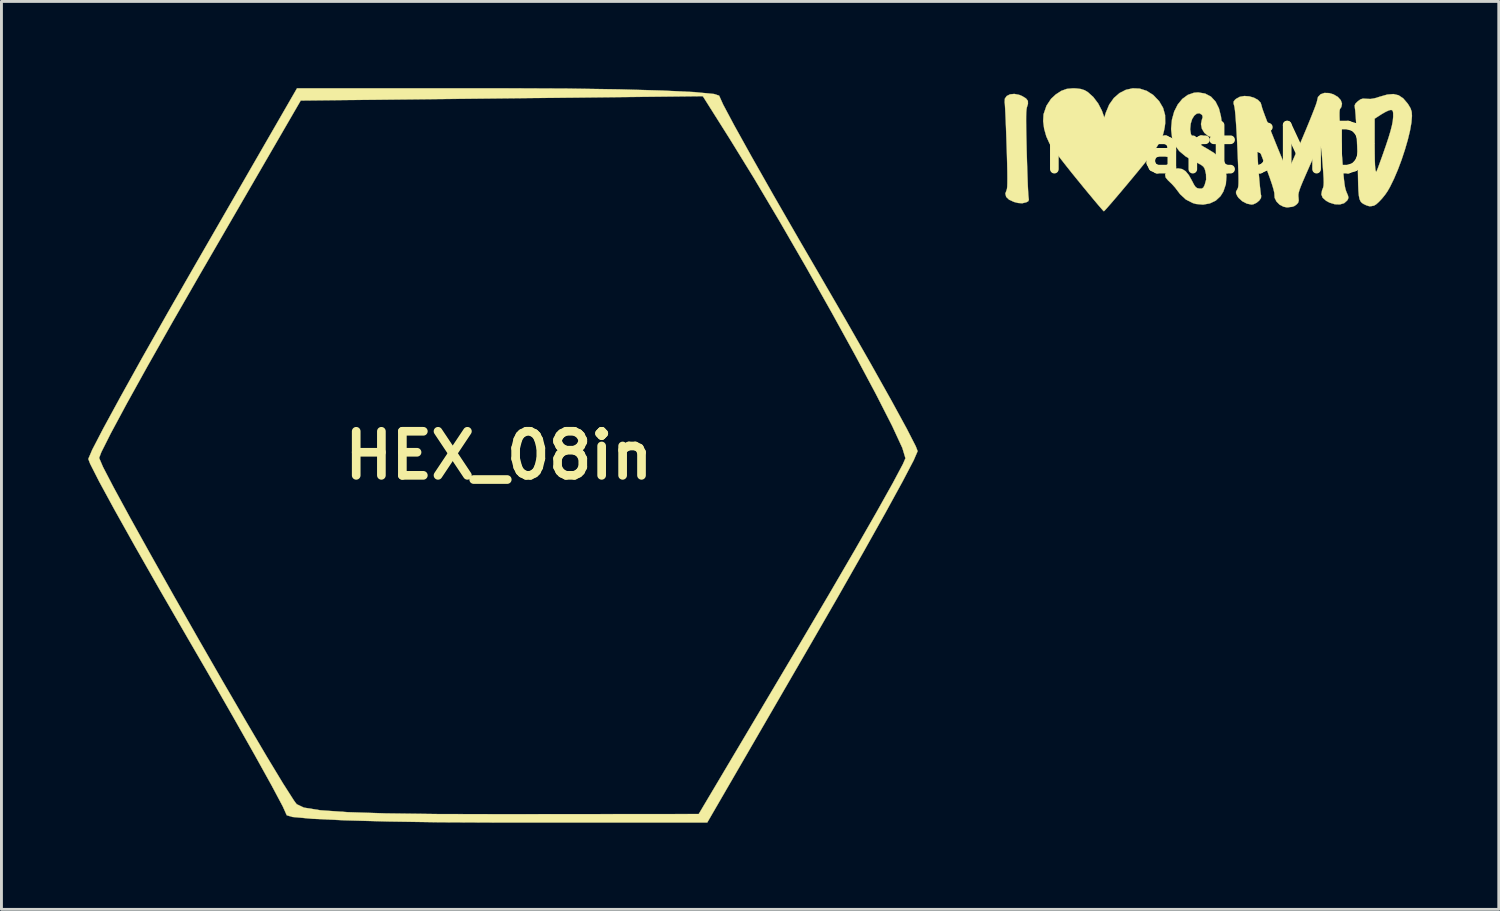
<source format=kicad_pcb>
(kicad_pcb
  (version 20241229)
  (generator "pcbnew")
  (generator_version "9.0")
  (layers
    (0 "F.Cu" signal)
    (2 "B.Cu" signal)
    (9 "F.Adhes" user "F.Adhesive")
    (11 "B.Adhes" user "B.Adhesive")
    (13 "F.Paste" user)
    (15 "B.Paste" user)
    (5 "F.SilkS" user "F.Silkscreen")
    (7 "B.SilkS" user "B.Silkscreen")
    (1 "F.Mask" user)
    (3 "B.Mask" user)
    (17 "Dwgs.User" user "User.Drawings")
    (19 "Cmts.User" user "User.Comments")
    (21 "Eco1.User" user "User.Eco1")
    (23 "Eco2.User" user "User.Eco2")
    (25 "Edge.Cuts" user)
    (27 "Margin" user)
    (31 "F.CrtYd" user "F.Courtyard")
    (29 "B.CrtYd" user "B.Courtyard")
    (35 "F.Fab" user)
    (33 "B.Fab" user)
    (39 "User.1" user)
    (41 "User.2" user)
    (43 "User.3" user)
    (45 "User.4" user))
  (footprint "HEX_08in"
    (layer "F.Cu")
    (at 14.208 12.705)
    (property "Reference" "HEX_08in" (at 0 0 0) (layer "F.SilkS") (effects (font (size 1.524 1.524) (thickness 0.3))))
    (attr through_hole)
    (fp_poly (pts (xy 2.361 -12.691) (xy 4.163 -12.664) (xy 5.656 -12.622) (xy 6.773 -12.568) (xy 7.446 -12.503) (xy 7.62 -12.446) (xy 7.757 -12.141) (xy 8.141 -11.42) (xy 8.734 -10.352) (xy 9.496 -9.009) (xy 10.388 -7.46) (xy 11.054 -6.316) (xy 12.012 -4.664) (xy 12.868 -3.167) (xy 13.581 -1.896) (xy 14.112 -0.922) (xy 14.423 -0.315) (xy 14.487 -0.148) (xy 14.351 0.167) (xy 13.967 0.9) (xy 13.374 1.983) (xy 12.608 3.349) (xy 11.709 4.929) (xy 10.848 6.422) (xy 7.209 12.7) (xy -0.064 12.7) (xy -2.056 12.691) (xy -3.831 12.664) (xy -5.317 12.624) (xy -6.444 12.571) (xy -7.14 12.508) (xy -7.338 12.449) (xy -7.474 12.145) (xy -7.858 11.424) (xy -8.45 10.357) (xy -9.211 9.013) (xy -10.101 7.463) (xy -10.77 6.311) (xy -11.727 4.656) (xy -12.582 3.156) (xy -13.295 1.882) (xy -13.827 0.904) (xy -14.138 0.293) (xy -14.203 0.123) (xy -14.188 0.087) (xy -13.829 0.087) (xy -13.694 0.402) (xy -13.32 1.12) (xy -12.756 2.157) (xy -12.048 3.43) (xy -11.245 4.856) (xy -10.394 6.351) (xy -9.543 7.832) (xy -8.739 9.214) (xy -8.031 10.415) (xy -7.465 11.351) (xy -7.089 11.939) (xy -6.996 12.065) (xy -6.746 12.184) (xy -6.183 12.275) (xy -5.255 12.341) (xy -3.913 12.384) (xy -2.106 12.407) (xy 0.105 12.412) (xy 6.914 12.406) (xy 10.442 6.467) (xy 11.426 4.799) (xy 12.313 3.277) (xy 13.06 1.973) (xy 13.628 0.958) (xy 13.976 0.304) (xy 14.066 0.098) (xy 13.958 -0.26) (xy 13.605 -1.023) (xy 13.051 -2.11) (xy 12.341 -3.441) (xy 11.519 -4.935) (xy 10.629 -6.513) (xy 9.715 -8.094) (xy 8.822 -9.597) (xy 7.994 -10.941) (xy 7.056 -12.428) (xy 0.101 -12.352) (xy -6.855 -12.277) (xy -10.342 -6.263) (xy -11.306 -4.587) (xy -12.168 -3.064) (xy -12.889 -1.763) (xy -13.43 -0.756) (xy -13.753 -0.113) (xy -13.829 0.087) (xy -14.188 0.087) (xy -14.068 -0.195) (xy -13.686 -0.931) (xy -13.095 -2.017) (xy -12.334 -3.386) (xy -11.438 -4.967) (xy -10.594 -6.439) (xy -6.983 -12.7) (xy 0.318 -12.7) (xy 2.361 -12.691)) (stroke (width 0.01) (type solid)) (fill yes) (layer "F.SilkS")))
  (footprint "IheartSMD"
    (layer "F.Cu")
    (at 38.723 2.112)
    (property "Reference" "IheartSMD" (at 0 0 0) (layer "F.SilkS") (effects (font (size 1.524 1.524) (thickness 0.3))))
    (attr through_hole)
    (fp_poly (pts (xy -6.519 -1.882) (xy -6.409 -1.837) (xy -6.277 -1.755) (xy -6.213 -1.671) (xy -6.211 -1.568) (xy -6.237 -1.486) (xy -6.251 -1.439) (xy -6.262 -1.373) (xy -6.27 -1.28) (xy -6.274 -1.153) (xy -6.275 -0.984) (xy -6.273 -0.765) (xy -6.268 -0.487) (xy -6.26 -0.144) (xy -6.255 0.078) (xy -6.245 0.411) (xy -6.235 0.724) (xy -6.225 1.008) (xy -6.216 1.252) (xy -6.206 1.448) (xy -6.198 1.585) (xy -6.192 1.65) (xy -6.18 1.749) (xy -6.201 1.8) (xy -6.267 1.835) (xy -6.27 1.836) (xy -6.406 1.869) (xy -6.553 1.86) (xy -6.692 1.824) (xy -6.863 1.747) (xy -6.964 1.65) (xy -6.993 1.535) (xy -6.949 1.411) (xy -6.937 1.371) (xy -6.928 1.294) (xy -6.924 1.172) (xy -6.923 1) (xy -6.925 0.771) (xy -6.931 0.48) (xy -6.941 0.119) (xy -6.948 -0.084) (xy -6.959 -0.414) (xy -6.97 -0.725) (xy -6.981 -1.005) (xy -6.992 -1.245) (xy -7.002 -1.435) (xy -7.01 -1.566) (xy -7.017 -1.626) (xy -7.01 -1.75) (xy -6.944 -1.842) (xy -6.831 -1.898) (xy -6.684 -1.913) (xy -6.519 -1.882)) (stroke (width 0.01) (type solid)) (fill yes) (layer "F.SilkS"))
    (fp_poly (pts (xy -2.344 -2.096) (xy -2.105 -2.02) (xy -1.879 -1.877) (xy -1.676 -1.665) (xy -1.672 -1.66) (xy -1.536 -1.429) (xy -1.467 -1.18) (xy -1.463 -0.9) (xy -1.48 -0.766) (xy -1.507 -0.63) (xy -1.541 -0.503) (xy -1.588 -0.378) (xy -1.653 -0.246) (xy -1.74 -0.101) (xy -1.854 0.066) (xy -2.001 0.263) (xy -2.185 0.496) (xy -2.411 0.773) (xy -2.656 1.068) (xy -2.864 1.317) (xy -3.056 1.545) (xy -3.227 1.746) (xy -3.372 1.914) (xy -3.483 2.041) (xy -3.557 2.121) (xy -3.585 2.147) (xy -3.616 2.118) (xy -3.69 2.034) (xy -3.802 1.904) (xy -3.945 1.734) (xy -4.114 1.53) (xy -4.303 1.301) (xy -4.474 1.091) (xy -4.683 0.834) (xy -4.881 0.585) (xy -5.061 0.355) (xy -5.217 0.151) (xy -5.342 -0.016) (xy -5.428 -0.139) (xy -5.463 -0.194) (xy -5.576 -0.443) (xy -5.651 -0.71) (xy -5.685 -0.971) (xy -5.672 -1.201) (xy -5.668 -1.219) (xy -5.57 -1.504) (xy -5.41 -1.745) (xy -5.252 -1.892) (xy -5.057 -2.019) (xy -4.867 -2.087) (xy -4.65 -2.107) (xy -4.549 -2.103) (xy -4.38 -2.083) (xy -4.251 -2.041) (xy -4.136 -1.972) (xy -3.949 -1.803) (xy -3.783 -1.584) (xy -3.657 -1.341) (xy -3.638 -1.291) (xy -3.569 -1.093) (xy -3.519 -1.26) (xy -3.401 -1.543) (xy -3.24 -1.771) (xy -3.044 -1.942) (xy -2.823 -2.055) (xy -2.586 -2.107) (xy -2.344 -2.096)) (stroke (width 0.01) (type solid)) (fill yes) (layer "F.SilkS"))
    (fp_poly (pts (xy 6.611 -1.866) (xy 6.769 -1.761) (xy 6.916 -1.59) (xy 6.946 -1.548) (xy 7.026 -1.413) (xy 7.064 -1.292) (xy 7.073 -1.151) (xy 7.055 -0.924) (xy 7.006 -0.644) (xy 6.929 -0.326) (xy 6.83 0.015) (xy 6.715 0.364) (xy 6.587 0.705) (xy 6.451 1.024) (xy 6.314 1.303) (xy 6.234 1.444) (xy 6.145 1.574) (xy 6.038 1.706) (xy 5.928 1.823) (xy 5.83 1.91) (xy 5.758 1.952) (xy 5.747 1.954) (xy 5.68 1.966) (xy 5.66 1.972) (xy 5.59 1.97) (xy 5.493 1.94) (xy 5.49 1.938) (xy 5.405 1.898) (xy 5.339 1.855) (xy 5.291 1.798) (xy 5.258 1.718) (xy 5.236 1.603) (xy 5.222 1.443) (xy 5.213 1.226) (xy 5.207 0.943) (xy 5.207 0.926) (xy 5.2 0.594) (xy 5.19 0.255) (xy 5.179 -0.081) (xy 5.166 -0.403) (xy 5.153 -0.7) (xy 5.139 -0.962) (xy 5.133 -1.057) (xy 5.783 -1.057) (xy 5.783 -0.199) (xy 5.785 0.12) (xy 5.788 0.368) (xy 5.795 0.552) (xy 5.805 0.677) (xy 5.818 0.751) (xy 5.836 0.78) (xy 5.841 0.782) (xy 5.857 0.747) (xy 5.895 0.651) (xy 5.948 0.507) (xy 6.013 0.327) (xy 6.05 0.225) (xy 6.171 -0.122) (xy 6.265 -0.406) (xy 6.334 -0.637) (xy 6.382 -0.826) (xy 6.411 -0.98) (xy 6.423 -1.111) (xy 6.424 -1.133) (xy 6.423 -1.258) (xy 6.409 -1.325) (xy 6.375 -1.354) (xy 6.349 -1.36) (xy 6.278 -1.345) (xy 6.167 -1.295) (xy 6.038 -1.221) (xy 6.026 -1.214) (xy 5.783 -1.057) (xy 5.133 -1.057) (xy 5.125 -1.178) (xy 5.111 -1.337) (xy 5.099 -1.429) (xy 5.099 -1.43) (xy 5.091 -1.515) (xy 5.122 -1.582) (xy 5.201 -1.658) (xy 5.295 -1.726) (xy 5.381 -1.751) (xy 5.5 -1.744) (xy 5.508 -1.743) (xy 5.643 -1.738) (xy 5.79 -1.764) (xy 5.959 -1.816) (xy 6.218 -1.89) (xy 6.432 -1.908) (xy 6.611 -1.866)) (stroke (width 0.01) (type solid)) (fill yes) (layer "F.SilkS"))
    (fp_poly (pts (xy -0.082 -1.925) (xy 0.12 -1.819) (xy 0.279 -1.647) (xy 0.396 -1.412) (xy 0.466 -1.132) (xy 0.5 -0.863) (xy 0.502 -0.66) (xy 0.468 -0.518) (xy 0.399 -0.433) (xy 0.29 -0.399) (xy 0.187 -0.403) (xy 0.023 -0.458) (xy -0.108 -0.567) (xy -0.194 -0.71) (xy -0.225 -0.871) (xy -0.196 -1.014) (xy -0.167 -1.109) (xy -0.181 -1.172) (xy -0.195 -1.192) (xy -0.278 -1.245) (xy -0.369 -1.232) (xy -0.458 -1.162) (xy -0.532 -1.043) (xy -0.581 -0.884) (xy -0.601 -0.689) (xy -0.574 -0.523) (xy -0.495 -0.376) (xy -0.357 -0.237) (xy -0.153 -0.097) (xy -0.015 -0.018) (xy 0.224 0.127) (xy 0.397 0.272) (xy 0.517 0.428) (xy 0.597 0.609) (xy 0.604 0.632) (xy 0.655 0.924) (xy 0.636 1.206) (xy 0.548 1.466) (xy 0.45 1.624) (xy 0.287 1.777) (xy 0.08 1.875) (xy -0.154 1.916) (xy -0.399 1.894) (xy -0.512 1.861) (xy -0.748 1.74) (xy -0.946 1.557) (xy -1.023 1.456) (xy -1.121 1.327) (xy -1.23 1.206) (xy -1.278 1.16) (xy -1.369 1.072) (xy -1.436 0.991) (xy -1.449 0.972) (xy -1.466 0.874) (xy -1.415 0.786) (xy -1.307 0.718) (xy -1.153 0.675) (xy -1.012 0.664) (xy -0.877 0.687) (xy -0.759 0.76) (xy -0.649 0.892) (xy -0.536 1.093) (xy -0.535 1.094) (xy -0.466 1.228) (xy -0.412 1.306) (xy -0.358 1.345) (xy -0.29 1.36) (xy -0.282 1.36) (xy -0.194 1.36) (xy -0.141 1.323) (xy -0.097 1.235) (xy -0.047 1.054) (xy -0.051 0.866) (xy -0.081 0.73) (xy -0.106 0.658) (xy -0.144 0.602) (xy -0.211 0.549) (xy -0.321 0.487) (xy -0.46 0.418) (xy -0.755 0.25) (xy -0.978 0.063) (xy -1.132 -0.148) (xy -1.224 -0.392) (xy -1.257 -0.674) (xy -1.258 -0.716) (xy -1.229 -1.026) (xy -1.151 -1.306) (xy -1.029 -1.546) (xy -0.871 -1.74) (xy -0.681 -1.879) (xy -0.466 -1.954) (xy -0.323 -1.965) (xy -0.082 -1.925)) (stroke (width 0.01) (type solid)) (fill yes) (layer "F.SilkS"))
    (fp_poly (pts (xy 4.21 -1.942) (xy 4.355 -1.899) (xy 4.51 -1.808) (xy 4.611 -1.696) (xy 4.653 -1.575) (xy 4.629 -1.457) (xy 4.595 -1.41) (xy 4.581 -1.384) (xy 4.571 -1.339) (xy 4.566 -1.266) (xy 4.566 -1.159) (xy 4.571 -1.008) (xy 4.582 -0.808) (xy 4.598 -0.549) (xy 4.621 -0.224) (xy 4.635 -0.02) (xy 4.662 0.348) (xy 4.684 0.646) (xy 4.705 0.883) (xy 4.723 1.068) (xy 4.741 1.211) (xy 4.759 1.318) (xy 4.779 1.4) (xy 4.801 1.465) (xy 4.813 1.493) (xy 4.86 1.604) (xy 4.875 1.674) (xy 4.859 1.73) (xy 4.831 1.775) (xy 4.727 1.867) (xy 4.58 1.91) (xy 4.406 1.904) (xy 4.223 1.848) (xy 4.103 1.783) (xy 3.984 1.678) (xy 3.939 1.563) (xy 3.963 1.423) (xy 3.982 1.377) (xy 4.004 1.318) (xy 4.017 1.247) (xy 4.021 1.15) (xy 4.018 1.014) (xy 4.006 0.824) (xy 3.992 0.634) (xy 3.969 0.343) (xy 3.951 0.123) (xy 3.932 -0.026) (xy 3.908 -0.105) (xy 3.873 -0.114) (xy 3.824 -0.052) (xy 3.756 0.08) (xy 3.664 0.283) (xy 3.543 0.556) (xy 3.511 0.629) (xy 3.389 0.906) (xy 3.296 1.12) (xy 3.228 1.284) (xy 3.183 1.407) (xy 3.156 1.499) (xy 3.144 1.569) (xy 3.144 1.628) (xy 3.148 1.663) (xy 3.157 1.778) (xy 3.134 1.853) (xy 3.083 1.91) (xy 2.999 1.969) (xy 2.927 1.993) (xy 2.836 2.002) (xy 2.807 2.009) (xy 2.735 2.01) (xy 2.634 1.99) (xy 2.631 1.989) (xy 2.496 1.92) (xy 2.388 1.811) (xy 2.324 1.683) (xy 2.317 1.585) (xy 2.313 1.512) (xy 2.285 1.39) (xy 2.232 1.214) (xy 2.151 0.977) (xy 2.041 0.675) (xy 2.037 0.664) (xy 1.939 0.403) (xy 1.864 0.208) (xy 1.808 0.074) (xy 1.77 -0.005) (xy 1.746 -0.037) (xy 1.732 -0.027) (xy 1.727 0.001) (xy 1.726 0.088) (xy 1.732 0.232) (xy 1.743 0.419) (xy 1.757 0.632) (xy 1.775 0.857) (xy 1.794 1.078) (xy 1.813 1.28) (xy 1.831 1.447) (xy 1.846 1.563) (xy 1.857 1.611) (xy 1.85 1.689) (xy 1.79 1.776) (xy 1.696 1.854) (xy 1.587 1.905) (xy 1.523 1.915) (xy 1.362 1.882) (xy 1.201 1.798) (xy 1.072 1.679) (xy 1.032 1.62) (xy 0.989 1.53) (xy 0.987 1.47) (xy 1.024 1.4) (xy 1.028 1.393) (xy 1.046 1.361) (xy 1.059 1.32) (xy 1.068 1.262) (xy 1.073 1.178) (xy 1.074 1.059) (xy 1.072 0.898) (xy 1.065 0.685) (xy 1.054 0.413) (xy 1.04 0.073) (xy 1.036 -0.008) (xy 1.02 -0.353) (xy 1.002 -0.669) (xy 0.984 -0.947) (xy 0.967 -1.177) (xy 0.95 -1.351) (xy 0.934 -1.459) (xy 0.93 -1.479) (xy 0.902 -1.586) (xy 0.906 -1.651) (xy 0.948 -1.706) (xy 0.99 -1.743) (xy 1.119 -1.814) (xy 1.277 -1.841) (xy 1.445 -1.828) (xy 1.607 -1.782) (xy 1.744 -1.707) (xy 1.839 -1.608) (xy 1.875 -1.49) (xy 1.875 -1.488) (xy 1.889 -1.432) (xy 1.928 -1.318) (xy 1.988 -1.156) (xy 2.064 -0.956) (xy 2.152 -0.73) (xy 2.248 -0.489) (xy 2.347 -0.242) (xy 2.445 -0.001) (xy 2.538 0.224) (xy 2.621 0.421) (xy 2.691 0.58) (xy 2.742 0.69) (xy 2.77 0.74) (xy 2.773 0.742) (xy 2.798 0.708) (xy 2.847 0.611) (xy 2.916 0.462) (xy 3.002 0.271) (xy 3.099 0.049) (xy 3.204 -0.195) (xy 3.311 -0.449) (xy 3.418 -0.704) (xy 3.519 -0.95) (xy 3.61 -1.175) (xy 3.687 -1.371) (xy 3.746 -1.526) (xy 3.781 -1.631) (xy 3.79 -1.671) (xy 3.823 -1.807) (xy 3.912 -1.9) (xy 4.045 -1.947) (xy 4.21 -1.942)) (stroke (width 0.01) (type solid)) (fill yes) (layer "F.SilkS")))
  (gr_rect
    (start -3 -3)
    (end 48.8 28.41)
    (stroke (width 0.1) (type default))
    (fill no)
    (layer "Edge.Cuts")))
</source>
